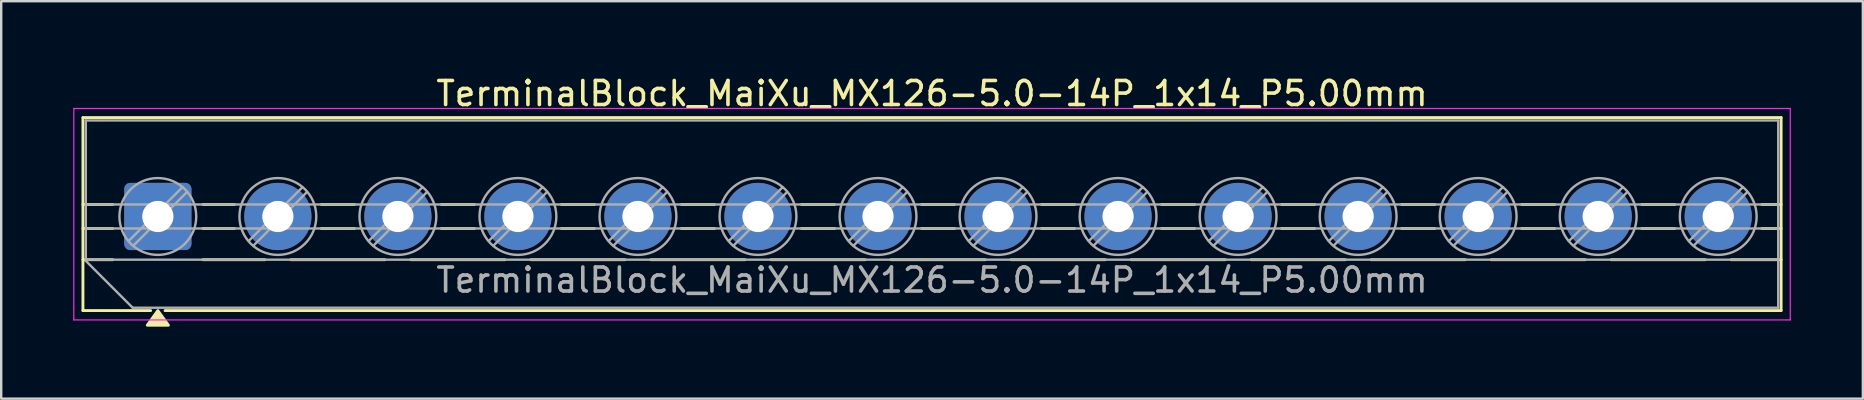
<source format=kicad_pcb>
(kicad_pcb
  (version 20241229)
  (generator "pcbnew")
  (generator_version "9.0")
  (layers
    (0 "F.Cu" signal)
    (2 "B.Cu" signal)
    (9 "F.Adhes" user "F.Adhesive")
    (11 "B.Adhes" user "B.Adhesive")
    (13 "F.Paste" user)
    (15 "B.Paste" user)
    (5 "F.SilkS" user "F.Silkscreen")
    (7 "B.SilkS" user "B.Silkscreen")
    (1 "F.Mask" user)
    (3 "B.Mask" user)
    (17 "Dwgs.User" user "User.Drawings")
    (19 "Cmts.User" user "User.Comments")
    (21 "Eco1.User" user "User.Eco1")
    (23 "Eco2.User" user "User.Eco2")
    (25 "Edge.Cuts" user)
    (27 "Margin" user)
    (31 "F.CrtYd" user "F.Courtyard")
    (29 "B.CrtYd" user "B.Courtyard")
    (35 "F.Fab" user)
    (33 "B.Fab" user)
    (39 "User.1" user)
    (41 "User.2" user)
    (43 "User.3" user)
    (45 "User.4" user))
  (footprint "TerminalBlock_MaiXu_MX126-5.0-14P_1x14_P5.00mm"
    (layer "F.Cu")
    (at 3.525 5.968)
    (property "Reference" "TerminalBlock_MaiXu_MX126-5.0-14P_1x14_P5.00mm" (at 32.25 -5.12 0) (layer "F.SilkS") (effects (font (size 1 1) (thickness 0.15))))
    (attr through_hole)
    (fp_line (start -3.12 -4.12) (end -3.12 3.92) (stroke (width 0.12) (type solid)) (layer "F.SilkS"))
    (fp_line (start -3.12 -4.12) (end 67.62 -4.12) (stroke (width 0.12) (type solid)) (layer "F.SilkS"))
    (fp_line (start -3.12 -0.5) (end -1.88 -0.5) (stroke (width 0.12) (type solid)) (layer "F.SilkS"))
    (fp_line (start -3.12 0.5) (end -1.88 0.5) (stroke (width 0.12) (type solid)) (layer "F.SilkS"))
    (fp_line (start -3.12 1.8) (end -1.88 1.8) (stroke (width 0.12) (type solid)) (layer "F.SilkS"))
    (fp_line (start -3.12 3.92) (end -0.3 3.92) (stroke (width 0.12) (type solid)) (layer "F.SilkS"))
    (fp_line (start 0.3 3.92) (end 67.62 3.92) (stroke (width 0.12) (type solid)) (layer "F.SilkS"))
    (fp_line (start 1.88 -0.5) (end 3.188 -0.5) (stroke (width 0.12) (type solid)) (layer "F.SilkS"))
    (fp_line (start 1.88 0.5) (end 3.188 0.5) (stroke (width 0.12) (type solid)) (layer "F.SilkS"))
    (fp_line (start 1.88 1.8) (end 4.457 1.8) (stroke (width 0.12) (type solid)) (layer "F.SilkS"))
    (fp_line (start 5.543 1.8) (end 9.457 1.8) (stroke (width 0.12) (type solid)) (layer "F.SilkS"))
    (fp_line (start 6.812 -0.5) (end 8.188 -0.5) (stroke (width 0.12) (type solid)) (layer "F.SilkS"))
    (fp_line (start 6.812 0.5) (end 8.188 0.5) (stroke (width 0.12) (type solid)) (layer "F.SilkS"))
    (fp_line (start 10.543 1.8) (end 14.457 1.8) (stroke (width 0.12) (type solid)) (layer "F.SilkS"))
    (fp_line (start 11.812 -0.5) (end 13.188 -0.5) (stroke (width 0.12) (type solid)) (layer "F.SilkS"))
    (fp_line (start 11.812 0.5) (end 13.188 0.5) (stroke (width 0.12) (type solid)) (layer "F.SilkS"))
    (fp_line (start 15.543 1.8) (end 19.457 1.8) (stroke (width 0.12) (type solid)) (layer "F.SilkS"))
    (fp_line (start 16.812 -0.5) (end 18.188 -0.5) (stroke (width 0.12) (type solid)) (layer "F.SilkS"))
    (fp_line (start 16.812 0.5) (end 18.188 0.5) (stroke (width 0.12) (type solid)) (layer "F.SilkS"))
    (fp_line (start 20.543 1.8) (end 24.457 1.8) (stroke (width 0.12) (type solid)) (layer "F.SilkS"))
    (fp_line (start 21.812 -0.5) (end 23.188 -0.5) (stroke (width 0.12) (type solid)) (layer "F.SilkS"))
    (fp_line (start 21.812 0.5) (end 23.188 0.5) (stroke (width 0.12) (type solid)) (layer "F.SilkS"))
    (fp_line (start 25.543 1.8) (end 29.457 1.8) (stroke (width 0.12) (type solid)) (layer "F.SilkS"))
    (fp_line (start 26.812 -0.5) (end 28.188 -0.5) (stroke (width 0.12) (type solid)) (layer "F.SilkS"))
    (fp_line (start 26.812 0.5) (end 28.188 0.5) (stroke (width 0.12) (type solid)) (layer "F.SilkS"))
    (fp_line (start 30.543 1.8) (end 34.457 1.8) (stroke (width 0.12) (type solid)) (layer "F.SilkS"))
    (fp_line (start 31.812 -0.5) (end 33.188 -0.5) (stroke (width 0.12) (type solid)) (layer "F.SilkS"))
    (fp_line (start 31.812 0.5) (end 33.188 0.5) (stroke (width 0.12) (type solid)) (layer "F.SilkS"))
    (fp_line (start 35.543 1.8) (end 39.457 1.8) (stroke (width 0.12) (type solid)) (layer "F.SilkS"))
    (fp_line (start 36.812 -0.5) (end 38.188 -0.5) (stroke (width 0.12) (type solid)) (layer "F.SilkS"))
    (fp_line (start 36.812 0.5) (end 38.188 0.5) (stroke (width 0.12) (type solid)) (layer "F.SilkS"))
    (fp_line (start 40.543 1.8) (end 44.457 1.8) (stroke (width 0.12) (type solid)) (layer "F.SilkS"))
    (fp_line (start 41.812 -0.5) (end 43.188 -0.5) (stroke (width 0.12) (type solid)) (layer "F.SilkS"))
    (fp_line (start 41.812 0.5) (end 43.188 0.5) (stroke (width 0.12) (type solid)) (layer "F.SilkS"))
    (fp_line (start 45.543 1.8) (end 49.457 1.8) (stroke (width 0.12) (type solid)) (layer "F.SilkS"))
    (fp_line (start 46.812 -0.5) (end 48.188 -0.5) (stroke (width 0.12) (type solid)) (layer "F.SilkS"))
    (fp_line (start 46.812 0.5) (end 48.188 0.5) (stroke (width 0.12) (type solid)) (layer "F.SilkS"))
    (fp_line (start 50.543 1.8) (end 54.457 1.8) (stroke (width 0.12) (type solid)) (layer "F.SilkS"))
    (fp_line (start 51.812 -0.5) (end 53.188 -0.5) (stroke (width 0.12) (type solid)) (layer "F.SilkS"))
    (fp_line (start 51.812 0.5) (end 53.188 0.5) (stroke (width 0.12) (type solid)) (layer "F.SilkS"))
    (fp_line (start 55.543 1.8) (end 59.457 1.8) (stroke (width 0.12) (type solid)) (layer "F.SilkS"))
    (fp_line (start 56.812 -0.5) (end 58.188 -0.5) (stroke (width 0.12) (type solid)) (layer "F.SilkS"))
    (fp_line (start 56.812 0.5) (end 58.188 0.5) (stroke (width 0.12) (type solid)) (layer "F.SilkS"))
    (fp_line (start 60.543 1.8) (end 64.457 1.8) (stroke (width 0.12) (type solid)) (layer "F.SilkS"))
    (fp_line (start 61.812 -0.5) (end 63.188 -0.5) (stroke (width 0.12) (type solid)) (layer "F.SilkS"))
    (fp_line (start 61.812 0.5) (end 63.188 0.5) (stroke (width 0.12) (type solid)) (layer "F.SilkS"))
    (fp_line (start 65.543 1.8) (end 67.62 1.8) (stroke (width 0.12) (type solid)) (layer "F.SilkS"))
    (fp_line (start 66.812 -0.5) (end 67.62 -0.5) (stroke (width 0.12) (type solid)) (layer "F.SilkS"))
    (fp_line (start 66.812 0.5) (end 67.62 0.5) (stroke (width 0.12) (type solid)) (layer "F.SilkS"))
    (fp_line (start 67.62 -4.12) (end 67.62 3.92) (stroke (width 0.12) (type solid)) (layer "F.SilkS"))
    (fp_poly (pts (xy 0 3.92) (xy 0.44 4.53) (xy -0.44 4.53)) (stroke (width 0.12) (type solid)) (fill yes) (layer "F.SilkS"))
    (fp_line (start -3.5 -4.5) (end -3.5 4.31) (stroke (width 0.05) (type solid)) (layer "F.CrtYd"))
    (fp_line (start -3.5 4.31) (end 68 4.31) (stroke (width 0.05) (type solid)) (layer "F.CrtYd"))
    (fp_line (start 68 -4.5) (end -3.5 -4.5) (stroke (width 0.05) (type solid)) (layer "F.CrtYd"))
    (fp_line (start 68 4.31) (end 68 -4.5) (stroke (width 0.05) (type solid)) (layer "F.CrtYd"))
    (fp_line (start -3 -4) (end 67.5 -4) (stroke (width 0.1) (type solid)) (layer "F.Fab"))
    (fp_line (start -3 -0.5) (end 67.5 -0.5) (stroke (width 0.1) (type solid)) (layer "F.Fab"))
    (fp_line (start -3 0.5) (end 67.5 0.5) (stroke (width 0.1) (type solid)) (layer "F.Fab"))
    (fp_line (start -3 1.8) (end 67.5 1.8) (stroke (width 0.1) (type solid)) (layer "F.Fab"))
    (fp_line (start -3 1.85) (end -3 -4) (stroke (width 0.1) (type solid)) (layer "F.Fab"))
    (fp_line (start -1.05 3.8) (end -3 1.85) (stroke (width 0.1) (type solid)) (layer "F.Fab"))
    (fp_line (start 1.018 -1.213) (end -1.214 1.018) (stroke (width 0.1) (type solid)) (layer "F.Fab"))
    (fp_line (start 1.213 -1.018) (end -1.018 1.213) (stroke (width 0.1) (type solid)) (layer "F.Fab"))
    (fp_line (start 6.018 -1.213) (end 3.786 1.018) (stroke (width 0.1) (type solid)) (layer "F.Fab"))
    (fp_line (start 6.213 -1.018) (end 3.982 1.213) (stroke (width 0.1) (type solid)) (layer "F.Fab"))
    (fp_line (start 11.018 -1.213) (end 8.786 1.018) (stroke (width 0.1) (type solid)) (layer "F.Fab"))
    (fp_line (start 11.213 -1.018) (end 8.982 1.213) (stroke (width 0.1) (type solid)) (layer "F.Fab"))
    (fp_line (start 16.018 -1.213) (end 13.786 1.018) (stroke (width 0.1) (type solid)) (layer "F.Fab"))
    (fp_line (start 16.213 -1.018) (end 13.982 1.213) (stroke (width 0.1) (type solid)) (layer "F.Fab"))
    (fp_line (start 21.018 -1.213) (end 18.786 1.018) (stroke (width 0.1) (type solid)) (layer "F.Fab"))
    (fp_line (start 21.213 -1.018) (end 18.982 1.213) (stroke (width 0.1) (type solid)) (layer "F.Fab"))
    (fp_line (start 26.018 -1.213) (end 23.786 1.018) (stroke (width 0.1) (type solid)) (layer "F.Fab"))
    (fp_line (start 26.213 -1.018) (end 23.982 1.213) (stroke (width 0.1) (type solid)) (layer "F.Fab"))
    (fp_line (start 31.018 -1.213) (end 28.786 1.018) (stroke (width 0.1) (type solid)) (layer "F.Fab"))
    (fp_line (start 31.213 -1.018) (end 28.982 1.213) (stroke (width 0.1) (type solid)) (layer "F.Fab"))
    (fp_line (start 36.018 -1.213) (end 33.786 1.018) (stroke (width 0.1) (type solid)) (layer "F.Fab"))
    (fp_line (start 36.213 -1.018) (end 33.982 1.213) (stroke (width 0.1) (type solid)) (layer "F.Fab"))
    (fp_line (start 41.018 -1.213) (end 38.786 1.018) (stroke (width 0.1) (type solid)) (layer "F.Fab"))
    (fp_line (start 41.213 -1.018) (end 38.982 1.213) (stroke (width 0.1) (type solid)) (layer "F.Fab"))
    (fp_line (start 46.018 -1.213) (end 43.786 1.018) (stroke (width 0.1) (type solid)) (layer "F.Fab"))
    (fp_line (start 46.213 -1.018) (end 43.982 1.213) (stroke (width 0.1) (type solid)) (layer "F.Fab"))
    (fp_line (start 51.018 -1.213) (end 48.786 1.018) (stroke (width 0.1) (type solid)) (layer "F.Fab"))
    (fp_line (start 51.213 -1.018) (end 48.982 1.213) (stroke (width 0.1) (type solid)) (layer "F.Fab"))
    (fp_line (start 56.018 -1.213) (end 53.786 1.018) (stroke (width 0.1) (type solid)) (layer "F.Fab"))
    (fp_line (start 56.213 -1.018) (end 53.982 1.213) (stroke (width 0.1) (type solid)) (layer "F.Fab"))
    (fp_line (start 61.018 -1.213) (end 58.786 1.018) (stroke (width 0.1) (type solid)) (layer "F.Fab"))
    (fp_line (start 61.213 -1.018) (end 58.982 1.213) (stroke (width 0.1) (type solid)) (layer "F.Fab"))
    (fp_line (start 66.018 -1.213) (end 63.786 1.018) (stroke (width 0.1) (type solid)) (layer "F.Fab"))
    (fp_line (start 66.213 -1.018) (end 63.982 1.213) (stroke (width 0.1) (type solid)) (layer "F.Fab"))
    (fp_line (start 67.5 -4) (end 67.5 3.8) (stroke (width 0.1) (type solid)) (layer "F.Fab"))
    (fp_line (start 67.5 3.8) (end -1.05 3.8) (stroke (width 0.1) (type solid)) (layer "F.Fab"))
    (fp_circle (center 0 0) (end 1.6 0) (stroke (width 0.1) (type solid)) (fill no) (layer "F.Fab"))
    (fp_circle (center 5 0) (end 6.6 0) (stroke (width 0.1) (type solid)) (fill no) (layer "F.Fab"))
    (fp_circle (center 10 0) (end 11.6 0) (stroke (width 0.1) (type solid)) (fill no) (layer "F.Fab"))
    (fp_circle (center 15 0) (end 16.6 0) (stroke (width 0.1) (type solid)) (fill no) (layer "F.Fab"))
    (fp_circle (center 20 0) (end 21.6 0) (stroke (width 0.1) (type solid)) (fill no) (layer "F.Fab"))
    (fp_circle (center 25 0) (end 26.6 0) (stroke (width 0.1) (type solid)) (fill no) (layer "F.Fab"))
    (fp_circle (center 30 0) (end 31.6 0) (stroke (width 0.1) (type solid)) (fill no) (layer "F.Fab"))
    (fp_circle (center 35 0) (end 36.6 0) (stroke (width 0.1) (type solid)) (fill no) (layer "F.Fab"))
    (fp_circle (center 40 0) (end 41.6 0) (stroke (width 0.1) (type solid)) (fill no) (layer "F.Fab"))
    (fp_circle (center 45 0) (end 46.6 0) (stroke (width 0.1) (type solid)) (fill no) (layer "F.Fab"))
    (fp_circle (center 50 0) (end 51.6 0) (stroke (width 0.1) (type solid)) (fill no) (layer "F.Fab"))
    (fp_circle (center 55 0) (end 56.6 0) (stroke (width 0.1) (type solid)) (fill no) (layer "F.Fab"))
    (fp_circle (center 60 0) (end 61.6 0) (stroke (width 0.1) (type solid)) (fill no) (layer "F.Fab"))
    (fp_circle (center 65 0) (end 66.6 0) (stroke (width 0.1) (type solid)) (fill no) (layer "F.Fab"))
    (fp_text user "${REFERENCE}" (at 32.25 2.65 0) (layer "F.Fab") (effects (font (size 1 1) (thickness 0.15))))
    (pad "1" thru_hole roundrect (at 0 0) (size 2.8 2.8) (drill 1.3) (layers "*.Cu" "*.Mask") (roundrect_rratio 0.089))
    (pad "2" thru_hole circle (at 5 0) (size 2.8 2.8) (drill 1.3) (layers "*.Cu" "*.Mask"))
    (pad "3" thru_hole circle (at 10 0) (size 2.8 2.8) (drill 1.3) (layers "*.Cu" "*.Mask"))
    (pad "4" thru_hole circle (at 15 0) (size 2.8 2.8) (drill 1.3) (layers "*.Cu" "*.Mask"))
    (pad "5" thru_hole circle (at 20 0) (size 2.8 2.8) (drill 1.3) (layers "*.Cu" "*.Mask"))
    (pad "6" thru_hole circle (at 25 0) (size 2.8 2.8) (drill 1.3) (layers "*.Cu" "*.Mask"))
    (pad "7" thru_hole circle (at 30 0) (size 2.8 2.8) (drill 1.3) (layers "*.Cu" "*.Mask"))
    (pad "8" thru_hole circle (at 35 0) (size 2.8 2.8) (drill 1.3) (layers "*.Cu" "*.Mask"))
    (pad "9" thru_hole circle (at 40 0) (size 2.8 2.8) (drill 1.3) (layers "*.Cu" "*.Mask"))
    (pad "10" thru_hole circle (at 45 0) (size 2.8 2.8) (drill 1.3) (layers "*.Cu" "*.Mask"))
    (pad "11" thru_hole circle (at 50 0) (size 2.8 2.8) (drill 1.3) (layers "*.Cu" "*.Mask"))
    (pad "12" thru_hole circle (at 55 0) (size 2.8 2.8) (drill 1.3) (layers "*.Cu" "*.Mask"))
    (pad "13" thru_hole circle (at 60 0) (size 2.8 2.8) (drill 1.3) (layers "*.Cu" "*.Mask"))
    (pad "14" thru_hole circle (at 65 0) (size 2.8 2.8) (drill 1.3) (layers "*.Cu" "*.Mask")))
  (gr_rect
    (start -3 -3)
    (end 74.55 13.558)
    (stroke (width 0.1) (type default))
    (fill no)
    (layer "Edge.Cuts")))
</source>
